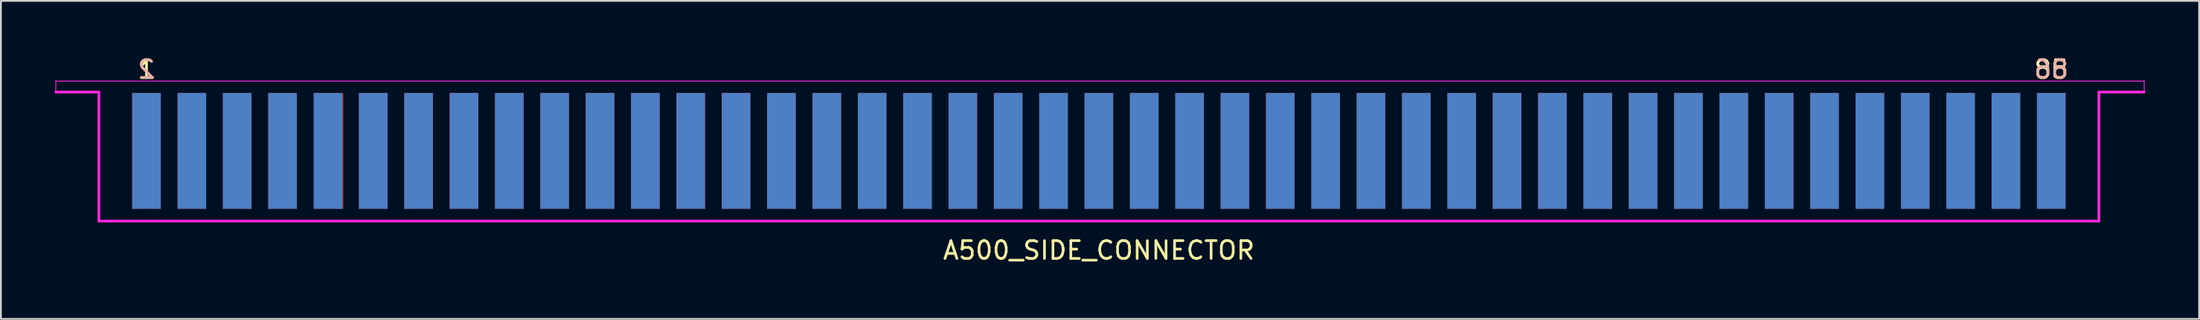
<source format=kicad_pcb>
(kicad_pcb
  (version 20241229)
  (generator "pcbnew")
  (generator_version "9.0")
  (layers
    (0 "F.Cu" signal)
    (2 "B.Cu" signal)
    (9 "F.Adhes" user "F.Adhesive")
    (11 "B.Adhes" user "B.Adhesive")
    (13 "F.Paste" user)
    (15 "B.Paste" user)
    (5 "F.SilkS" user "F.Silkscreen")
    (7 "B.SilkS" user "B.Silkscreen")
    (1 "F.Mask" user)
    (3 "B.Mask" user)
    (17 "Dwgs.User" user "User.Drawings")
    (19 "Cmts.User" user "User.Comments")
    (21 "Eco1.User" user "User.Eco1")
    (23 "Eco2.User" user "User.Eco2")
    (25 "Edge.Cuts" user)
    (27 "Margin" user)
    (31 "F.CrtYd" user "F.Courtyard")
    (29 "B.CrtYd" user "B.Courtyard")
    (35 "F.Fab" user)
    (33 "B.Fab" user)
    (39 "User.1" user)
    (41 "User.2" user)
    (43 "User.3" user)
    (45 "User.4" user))
  (footprint "A500_SIDE_CONNECTOR"
    (layer "F.Cu")
    (at 25.475 10.5)
    (property "Reference" "A500_SIDE_CONNECTOR" (at 33.02 0.5 0) (layer "F.SilkS") (effects (font (size 1 1) (thickness 0.15))))
    (attr through_hole)
    (fp_line (start -25.4 -9) (end 91.567 -9) (stroke (width 0.05) (type default)) (layer "F.CrtYd"))
    (fp_line (start -25.4 -8.382) (end -25.4 -9) (stroke (width 0.05) (type default)) (layer "F.CrtYd"))
    (fp_line (start -22.987 -8.382) (end -25.4 -8.382) (stroke (width 0.15) (type solid)) (layer "F.CrtYd"))
    (fp_line (start -22.987 -1.143) (end -22.987 -8.382) (stroke (width 0.15) (type solid)) (layer "F.CrtYd"))
    (fp_line (start 89.027 -8.382) (end 89.027 -1.143) (stroke (width 0.15) (type solid)) (layer "F.CrtYd"))
    (fp_line (start 89.027 -8.382) (end 91.567 -8.382) (stroke (width 0.15) (type solid)) (layer "F.CrtYd"))
    (fp_line (start 89.027 -1.143) (end -22.987 -1.143) (stroke (width 0.15) (type solid)) (layer "F.CrtYd"))
    (fp_line (start 91.567 -9) (end 91.567 -8.382) (stroke (width 0.05) (type default)) (layer "F.CrtYd"))
    (fp_text user "1" (at -20.32 -9.652 0) (unlocked yes) (layer "F.SilkS") (effects (font (size 1 1) (thickness 0.15))))
    (fp_text user "85" (at 86.36 -9.652 0) (unlocked yes) (layer "F.SilkS") (effects (font (size 1 1) (thickness 0.15))))
    (fp_text user "2" (at -20.32 -9.652 0) (unlocked yes) (layer "B.SilkS") (effects (font (size 1 1) (thickness 0.15)) (justify mirror)))
    (fp_text user "86" (at 86.36 -9.652 0) (unlocked yes) (layer "B.SilkS") (effects (font (size 1 1) (thickness 0.15)) (justify mirror)))
    (pad "" smd rect (at 33.02 -3.937) (size 112.014 8.8) (layers "*.Mask"))
    (pad "1" smd rect (at -20.32 -5.08) (size 1.6 6.5) (layers "F.Cu" "F.Mask" "F.Paste"))
    (pad "2" smd rect (at -20.32 -5.08) (size 1.6 6.5) (layers "B.Cu" "B.Mask" "B.Paste"))
    (pad "3" smd rect (at -17.78 -5.08) (size 1.6 6.5) (layers "F.Cu" "F.Mask" "F.Paste"))
    (pad "4" smd rect (at -17.78 -5.08) (size 1.6 6.5) (layers "B.Cu" "B.Mask" "B.Paste"))
    (pad "5" smd rect (at -15.24 -5.08) (size 1.6 6.5) (layers "F.Cu" "F.Mask" "F.Paste"))
    (pad "6" smd rect (at -15.24 -5.08) (size 1.6 6.5) (layers "B.Cu" "B.Mask" "B.Paste"))
    (pad "7" smd rect (at -12.7 -5.08) (size 1.6 6.5) (layers "F.Cu" "F.Mask" "F.Paste"))
    (pad "8" smd rect (at -12.7 -5.08) (size 1.6 6.5) (layers "B.Cu" "B.Mask" "B.Paste"))
    (pad "9" smd rect (at -10.1 -5.08) (size 1.6 6.5) (layers "F.Cu" "F.Mask" "F.Paste"))
    (pad "10" smd rect (at -10.16 -5.08) (size 1.6 6.5) (layers "B.Cu" "B.Mask" "B.Paste"))
    (pad "11" smd rect (at -7.62 -5.08) (size 1.6 6.5) (layers "F.Cu" "F.Mask" "F.Paste"))
    (pad "12" smd rect (at -7.62 -5.08) (size 1.6 6.5) (layers "B.Cu" "B.Mask" "B.Paste"))
    (pad "13" smd rect (at -5.08 -5.08) (size 1.6 6.5) (layers "F.Cu" "F.Mask" "F.Paste"))
    (pad "14" smd rect (at -5.08 -5.08) (size 1.6 6.5) (layers "B.Cu" "B.Mask" "B.Paste"))
    (pad "15" smd rect (at -2.54 -5.08) (size 1.6 6.5) (layers "F.Cu" "F.Mask" "F.Paste"))
    (pad "16" smd rect (at -2.54 -5.08) (size 1.6 6.5) (layers "B.Cu" "B.Mask" "B.Paste"))
    (pad "17" smd rect (at 0 -5.08) (size 1.6 6.5) (layers "F.Cu" "F.Mask" "F.Paste"))
    (pad "18" smd rect (at 0 -5.08) (size 1.6 6.5) (layers "B.Cu" "B.Mask" "B.Paste"))
    (pad "19" smd rect (at 2.54 -5.08) (size 1.6 6.5) (layers "F.Cu" "F.Mask" "F.Paste"))
    (pad "20" smd rect (at 2.54 -5.08) (size 1.6 6.5) (layers "B.Cu" "B.Mask" "B.Paste"))
    (pad "21" smd rect (at 5.08 -5.08) (size 1.6 6.5) (layers "F.Cu" "F.Mask" "F.Paste"))
    (pad "22" smd rect (at 5.08 -5.08) (size 1.6 6.5) (layers "B.Cu" "B.Mask" "B.Paste"))
    (pad "23" smd rect (at 7.62 -5.08) (size 1.6 6.5) (layers "F.Cu" "F.Mask" "F.Paste"))
    (pad "24" smd rect (at 7.62 -5.08) (size 1.6 6.5) (layers "B.Cu" "B.Mask" "B.Paste"))
    (pad "25" smd rect (at 10.16 -5.08) (size 1.6 6.5) (layers "F.Cu" "F.Mask" "F.Paste"))
    (pad "26" smd rect (at 10.16 -5.08) (size 1.6 6.5) (layers "B.Cu" "B.Mask" "B.Paste"))
    (pad "27" smd rect (at 12.7 -5.08) (size 1.6 6.5) (layers "F.Cu" "F.Mask" "F.Paste"))
    (pad "28" smd rect (at 12.7 -5.08) (size 1.6 6.5) (layers "B.Cu" "B.Mask" "B.Paste"))
    (pad "29" smd rect (at 15.24 -5.08) (size 1.6 6.5) (layers "F.Cu" "F.Mask" "F.Paste"))
    (pad "30" smd rect (at 15.24 -5.08) (size 1.6 6.5) (layers "B.Cu" "B.Mask" "B.Paste"))
    (pad "31" smd rect (at 17.78 -5.08) (size 1.6 6.5) (layers "F.Cu" "F.Mask" "F.Paste"))
    (pad "32" smd rect (at 17.78 -5.08) (size 1.6 6.5) (layers "B.Cu" "B.Mask" "B.Paste"))
    (pad "33" smd rect (at 20.32 -5.08) (size 1.6 6.5) (layers "F.Cu" "F.Mask" "F.Paste"))
    (pad "34" smd rect (at 20.32 -5.08) (size 1.6 6.5) (layers "B.Cu" "B.Mask" "B.Paste"))
    (pad "35" smd rect (at 22.86 -5.08) (size 1.6 6.5) (layers "F.Cu" "F.Mask" "F.Paste"))
    (pad "36" smd rect (at 22.86 -5.08) (size 1.6 6.5) (layers "B.Cu" "B.Mask" "B.Paste"))
    (pad "37" smd rect (at 25.4 -5.08) (size 1.6 6.5) (layers "F.Cu" "F.Mask" "F.Paste"))
    (pad "38" smd rect (at 25.4 -5.08) (size 1.6 6.5) (layers "B.Cu" "B.Mask" "B.Paste"))
    (pad "39" smd rect (at 27.94 -5.08) (size 1.6 6.5) (layers "F.Cu" "F.Mask" "F.Paste"))
    (pad "40" smd rect (at 27.94 -5.08) (size 1.6 6.5) (layers "B.Cu" "B.Mask" "B.Paste"))
    (pad "41" smd rect (at 30.48 -5.08) (size 1.6 6.5) (layers "F.Cu" "F.Mask" "F.Paste"))
    (pad "42" smd rect (at 30.48 -5.08) (size 1.6 6.5) (layers "B.Cu" "B.Mask" "B.Paste"))
    (pad "43" smd rect (at 33.02 -5.08) (size 1.6 6.5) (layers "F.Cu" "F.Mask" "F.Paste"))
    (pad "44" smd rect (at 33.02 -5.08) (size 1.6 6.5) (layers "B.Cu" "B.Mask" "B.Paste"))
    (pad "45" smd rect (at 35.56 -5.08) (size 1.6 6.5) (layers "F.Cu" "F.Mask" "F.Paste"))
    (pad "46" smd rect (at 35.56 -5.08) (size 1.6 6.5) (layers "B.Cu" "B.Mask" "B.Paste"))
    (pad "47" smd rect (at 38.1 -5.08) (size 1.6 6.5) (layers "F.Cu" "F.Mask" "F.Paste"))
    (pad "48" smd rect (at 38.1 -5.08) (size 1.6 6.5) (layers "B.Cu" "B.Mask" "B.Paste"))
    (pad "49" smd rect (at 40.64 -5.08) (size 1.6 6.5) (layers "F.Cu" "F.Mask" "F.Paste"))
    (pad "50" smd rect (at 40.64 -5.08) (size 1.6 6.5) (layers "B.Cu" "B.Mask" "B.Paste"))
    (pad "51" smd rect (at 43.18 -5.08) (size 1.6 6.5) (layers "F.Cu" "F.Mask" "F.Paste"))
    (pad "52" smd rect (at 43.18 -5.08) (size 1.6 6.5) (layers "B.Cu" "B.Mask" "B.Paste"))
    (pad "53" smd rect (at 45.72 -5.08) (size 1.6 6.5) (layers "F.Cu" "F.Mask" "F.Paste"))
    (pad "54" smd rect (at 45.72 -5.08) (size 1.6 6.5) (layers "B.Cu" "B.Mask" "B.Paste"))
    (pad "55" smd rect (at 48.26 -5.08) (size 1.6 6.5) (layers "F.Cu" "F.Mask" "F.Paste"))
    (pad "56" smd rect (at 48.26 -5.08) (size 1.6 6.5) (layers "B.Cu" "B.Mask" "B.Paste"))
    (pad "57" smd rect (at 50.8 -5.08) (size 1.6 6.5) (layers "F.Cu" "F.Mask" "F.Paste"))
    (pad "58" smd rect (at 50.8 -5.08) (size 1.6 6.5) (layers "B.Cu" "B.Mask" "B.Paste"))
    (pad "59" smd rect (at 53.34 -5.08) (size 1.6 6.5) (layers "F.Cu" "F.Mask" "F.Paste"))
    (pad "60" smd rect (at 53.34 -5.08) (size 1.6 6.5) (layers "B.Cu" "B.Mask" "B.Paste"))
    (pad "61" smd rect (at 55.88 -5.08) (size 1.6 6.5) (layers "F.Cu" "F.Mask" "F.Paste"))
    (pad "62" smd rect (at 55.88 -5.08) (size 1.6 6.5) (layers "B.Cu" "B.Mask" "B.Paste"))
    (pad "63" smd rect (at 58.42 -5.08) (size 1.6 6.5) (layers "F.Cu" "F.Mask" "F.Paste"))
    (pad "64" smd rect (at 58.42 -5.08) (size 1.6 6.5) (layers "B.Cu" "B.Mask" "B.Paste"))
    (pad "65" smd rect (at 60.96 -5.08) (size 1.6 6.5) (layers "F.Cu" "F.Mask" "F.Paste"))
    (pad "66" smd rect (at 60.96 -5.08) (size 1.6 6.5) (layers "B.Cu" "B.Mask" "B.Paste"))
    (pad "67" smd rect (at 63.5 -5.08) (size 1.6 6.5) (layers "F.Cu" "F.Mask" "F.Paste"))
    (pad "68" smd rect (at 63.5 -5.08) (size 1.6 6.5) (layers "B.Cu" "B.Mask" "B.Paste"))
    (pad "69" smd rect (at 66.04 -5.08) (size 1.6 6.5) (layers "F.Cu" "F.Mask" "F.Paste"))
    (pad "70" smd rect (at 66.04 -5.08) (size 1.6 6.5) (layers "B.Cu" "B.Mask" "B.Paste"))
    (pad "71" smd rect (at 68.58 -5.08) (size 1.6 6.5) (layers "F.Cu" "F.Mask" "F.Paste"))
    (pad "72" smd rect (at 68.58 -5.08) (size 1.6 6.5) (layers "B.Cu" "B.Mask" "B.Paste"))
    (pad "73" smd rect (at 71.12 -5.08) (size 1.6 6.5) (layers "F.Cu" "F.Mask" "F.Paste"))
    (pad "74" smd rect (at 71.12 -5.08) (size 1.6 6.5) (layers "B.Cu" "B.Mask" "B.Paste"))
    (pad "75" smd rect (at 73.66 -5.08) (size 1.6 6.5) (layers "F.Cu" "F.Mask" "F.Paste"))
    (pad "76" smd rect (at 73.66 -5.08) (size 1.6 6.5) (layers "B.Cu" "B.Mask" "B.Paste"))
    (pad "77" smd rect (at 76.2 -5.08) (size 1.6 6.5) (layers "F.Cu" "F.Mask" "F.Paste"))
    (pad "78" smd rect (at 76.2 -5.08) (size 1.6 6.5) (layers "B.Cu" "B.Mask" "B.Paste"))
    (pad "79" smd rect (at 78.74 -5.08) (size 1.6 6.5) (layers "F.Cu" "F.Mask" "F.Paste"))
    (pad "80" smd rect (at 78.74 -5.08) (size 1.6 6.5) (layers "B.Cu" "B.Mask" "B.Paste"))
    (pad "81" smd rect (at 81.28 -5.08) (size 1.6 6.5) (layers "F.Cu" "F.Mask" "F.Paste"))
    (pad "82" smd rect (at 81.28 -5.08) (size 1.6 6.5) (layers "B.Cu" "B.Mask" "B.Paste"))
    (pad "83" smd rect (at 83.82 -5.08) (size 1.6 6.5) (layers "F.Cu" "F.Mask" "F.Paste"))
    (pad "84" smd rect (at 83.82 -5.08) (size 1.6 6.5) (layers "B.Cu" "B.Mask" "B.Paste"))
    (pad "85" smd rect (at 86.36 -5.08) (size 1.6 6.5) (layers "F.Cu" "F.Mask" "F.Paste"))
    (pad "86" smd rect (at 86.36 -5.08) (size 1.6 6.5) (layers "B.Cu" "B.Mask" "B.Paste")))
  (gr_rect
    (start -3 -3)
    (end 120.117 14.848)
    (stroke (width 0.1) (type default))
    (fill no)
    (layer "Edge.Cuts")))
</source>
